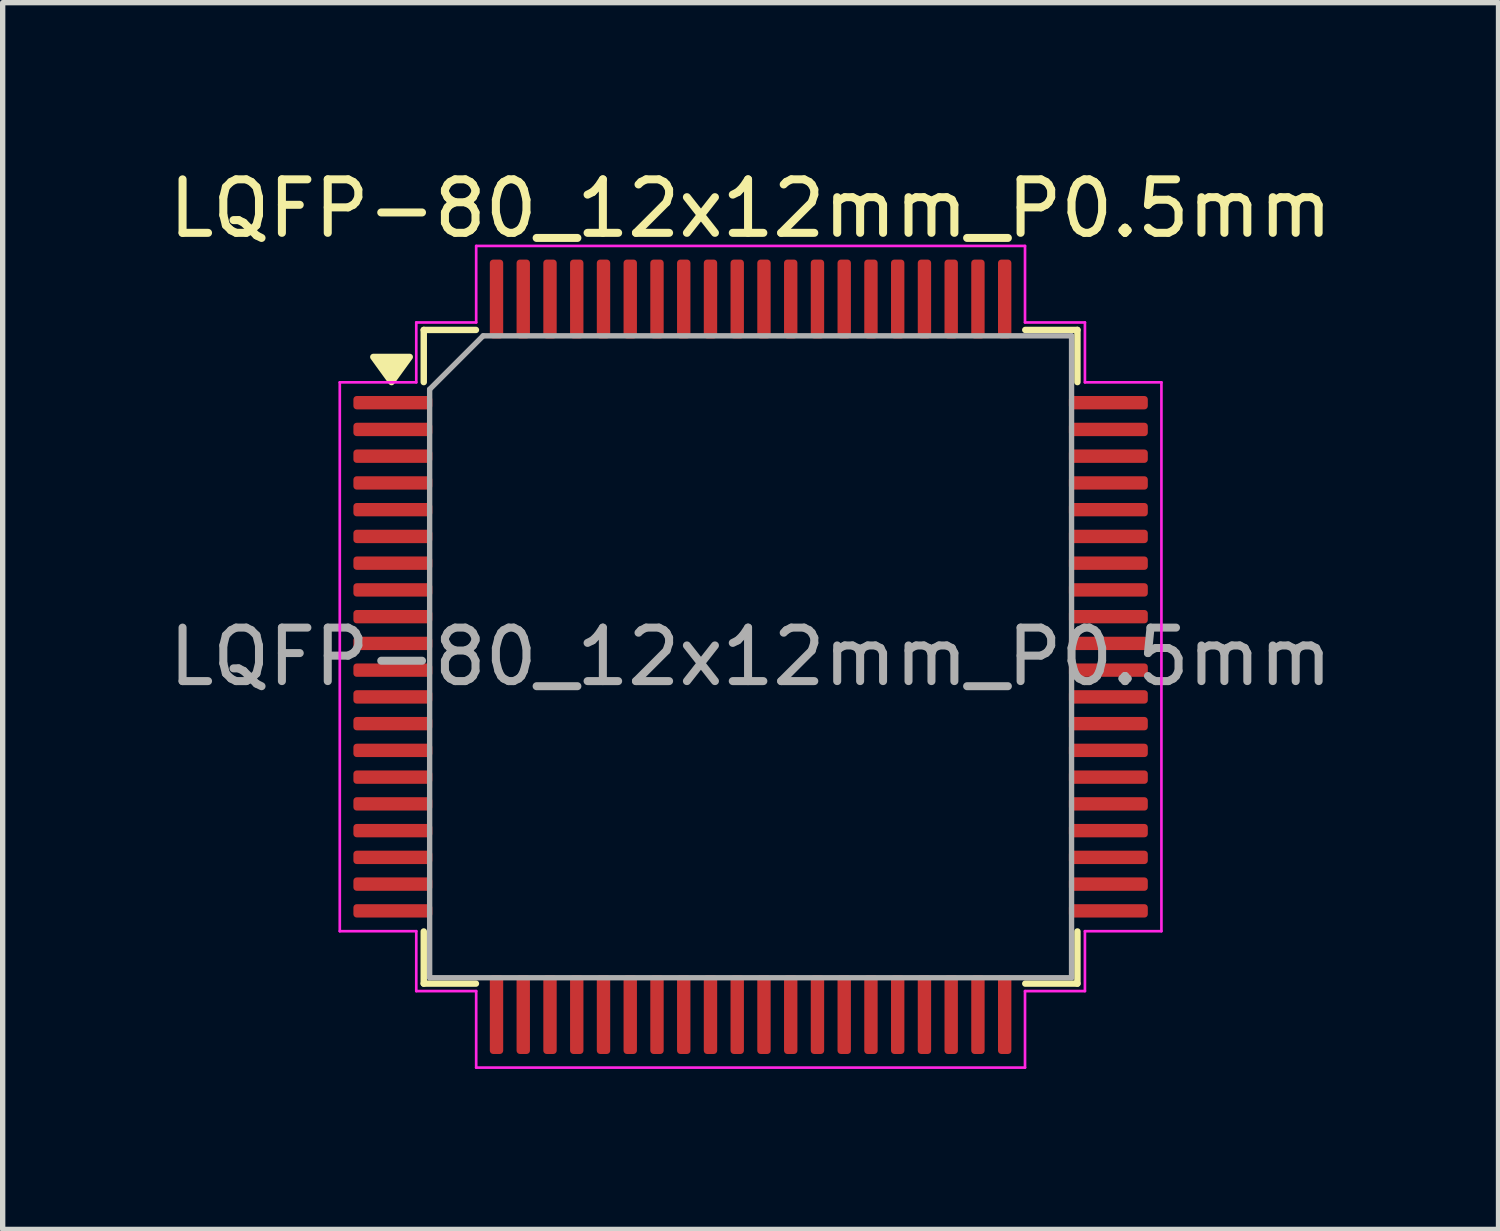
<source format=kicad_pcb>
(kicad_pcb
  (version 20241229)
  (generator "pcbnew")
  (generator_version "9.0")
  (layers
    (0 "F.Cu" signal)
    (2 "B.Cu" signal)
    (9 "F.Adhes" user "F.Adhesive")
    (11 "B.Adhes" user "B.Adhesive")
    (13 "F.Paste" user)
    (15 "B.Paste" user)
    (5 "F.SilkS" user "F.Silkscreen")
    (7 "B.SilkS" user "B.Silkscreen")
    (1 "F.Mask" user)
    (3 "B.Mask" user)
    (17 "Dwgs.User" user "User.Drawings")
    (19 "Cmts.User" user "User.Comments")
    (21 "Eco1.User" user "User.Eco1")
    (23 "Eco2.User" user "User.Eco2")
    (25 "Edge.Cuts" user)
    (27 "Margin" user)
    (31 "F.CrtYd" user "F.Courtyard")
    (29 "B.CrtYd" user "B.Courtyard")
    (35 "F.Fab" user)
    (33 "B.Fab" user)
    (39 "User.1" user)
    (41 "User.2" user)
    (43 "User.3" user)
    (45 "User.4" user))
  (footprint "LQFP-80_12x12mm_P0.5mm"
    (layer "F.Cu")
    (at 10.982 9.228)
    (property "Reference" "LQFP-80_12x12mm_P0.5mm" (at 0 -8.38 0) (layer "F.SilkS") (effects (font (size 1 1) (thickness 0.15))))
    (attr smd)
    (fp_line (start -6.11 -6.11) (end -6.11 -5.135) (stroke (width 0.12) (type solid)) (layer "F.SilkS"))
    (fp_line (start -6.11 6.11) (end -6.11 5.135) (stroke (width 0.12) (type solid)) (layer "F.SilkS"))
    (fp_line (start -5.135 -6.11) (end -6.11 -6.11) (stroke (width 0.12) (type solid)) (layer "F.SilkS"))
    (fp_line (start -5.135 6.11) (end -6.11 6.11) (stroke (width 0.12) (type solid)) (layer "F.SilkS"))
    (fp_line (start 5.135 -6.11) (end 6.11 -6.11) (stroke (width 0.12) (type solid)) (layer "F.SilkS"))
    (fp_line (start 5.135 6.11) (end 6.11 6.11) (stroke (width 0.12) (type solid)) (layer "F.SilkS"))
    (fp_line (start 6.11 -6.11) (end 6.11 -5.135) (stroke (width 0.12) (type solid)) (layer "F.SilkS"))
    (fp_line (start 6.11 6.11) (end 6.11 5.135) (stroke (width 0.12) (type solid)) (layer "F.SilkS"))
    (fp_poly (pts (xy -6.713 -5.135) (xy -7.053 -5.605) (xy -6.372 -5.605)) (stroke (width 0.12) (type solid)) (fill yes) (layer "F.SilkS"))
    (fp_line (start -7.68 -5.13) (end -6.25 -5.13) (stroke (width 0.05) (type solid)) (layer "F.CrtYd"))
    (fp_line (start -7.68 5.13) (end -7.68 -5.13) (stroke (width 0.05) (type solid)) (layer "F.CrtYd"))
    (fp_line (start -6.25 -6.25) (end -5.13 -6.25) (stroke (width 0.05) (type solid)) (layer "F.CrtYd"))
    (fp_line (start -6.25 -5.13) (end -6.25 -6.25) (stroke (width 0.05) (type solid)) (layer "F.CrtYd"))
    (fp_line (start -6.25 5.13) (end -7.68 5.13) (stroke (width 0.05) (type solid)) (layer "F.CrtYd"))
    (fp_line (start -6.25 6.25) (end -6.25 5.13) (stroke (width 0.05) (type solid)) (layer "F.CrtYd"))
    (fp_line (start -5.13 -7.68) (end 5.13 -7.68) (stroke (width 0.05) (type solid)) (layer "F.CrtYd"))
    (fp_line (start -5.13 -6.25) (end -5.13 -7.68) (stroke (width 0.05) (type solid)) (layer "F.CrtYd"))
    (fp_line (start -5.13 6.25) (end -6.25 6.25) (stroke (width 0.05) (type solid)) (layer "F.CrtYd"))
    (fp_line (start -5.13 7.68) (end -5.13 6.25) (stroke (width 0.05) (type solid)) (layer "F.CrtYd"))
    (fp_line (start 5.13 -7.68) (end 5.13 -6.25) (stroke (width 0.05) (type solid)) (layer "F.CrtYd"))
    (fp_line (start 5.13 -6.25) (end 6.25 -6.25) (stroke (width 0.05) (type solid)) (layer "F.CrtYd"))
    (fp_line (start 5.13 6.25) (end 5.13 7.68) (stroke (width 0.05) (type solid)) (layer "F.CrtYd"))
    (fp_line (start 5.13 7.68) (end -5.13 7.68) (stroke (width 0.05) (type solid)) (layer "F.CrtYd"))
    (fp_line (start 6.25 -6.25) (end 6.25 -5.13) (stroke (width 0.05) (type solid)) (layer "F.CrtYd"))
    (fp_line (start 6.25 -5.13) (end 7.68 -5.13) (stroke (width 0.05) (type solid)) (layer "F.CrtYd"))
    (fp_line (start 6.25 5.13) (end 6.25 6.25) (stroke (width 0.05) (type solid)) (layer "F.CrtYd"))
    (fp_line (start 6.25 6.25) (end 5.13 6.25) (stroke (width 0.05) (type solid)) (layer "F.CrtYd"))
    (fp_line (start 7.68 -5.13) (end 7.68 5.13) (stroke (width 0.05) (type solid)) (layer "F.CrtYd"))
    (fp_line (start 7.68 5.13) (end 6.25 5.13) (stroke (width 0.05) (type solid)) (layer "F.CrtYd"))
    (fp_line (start -6 -5) (end -5 -6) (stroke (width 0.1) (type solid)) (layer "F.Fab"))
    (fp_line (start -6 6) (end -6 -5) (stroke (width 0.1) (type solid)) (layer "F.Fab"))
    (fp_line (start -5 -6) (end 6 -6) (stroke (width 0.1) (type solid)) (layer "F.Fab"))
    (fp_line (start 6 -6) (end 6 6) (stroke (width 0.1) (type solid)) (layer "F.Fab"))
    (fp_line (start 6 6) (end -6 6) (stroke (width 0.1) (type solid)) (layer "F.Fab"))
    (fp_text user "${REFERENCE}" (at 0 0 0) (layer "F.Fab") (effects (font (size 1 1) (thickness 0.15))))
    (pad "1" smd roundrect (at -6.688 -4.75) (size 1.475 0.25) (layers "F.Cu" "F.Mask" "F.Paste") (roundrect_rratio 0.25))
    (pad "2" smd roundrect (at -6.688 -4.25) (size 1.475 0.25) (layers "F.Cu" "F.Mask" "F.Paste") (roundrect_rratio 0.25))
    (pad "3" smd roundrect (at -6.688 -3.75) (size 1.475 0.25) (layers "F.Cu" "F.Mask" "F.Paste") (roundrect_rratio 0.25))
    (pad "4" smd roundrect (at -6.688 -3.25) (size 1.475 0.25) (layers "F.Cu" "F.Mask" "F.Paste") (roundrect_rratio 0.25))
    (pad "5" smd roundrect (at -6.688 -2.75) (size 1.475 0.25) (layers "F.Cu" "F.Mask" "F.Paste") (roundrect_rratio 0.25))
    (pad "6" smd roundrect (at -6.688 -2.25) (size 1.475 0.25) (layers "F.Cu" "F.Mask" "F.Paste") (roundrect_rratio 0.25))
    (pad "7" smd roundrect (at -6.688 -1.75) (size 1.475 0.25) (layers "F.Cu" "F.Mask" "F.Paste") (roundrect_rratio 0.25))
    (pad "8" smd roundrect (at -6.688 -1.25) (size 1.475 0.25) (layers "F.Cu" "F.Mask" "F.Paste") (roundrect_rratio 0.25))
    (pad "9" smd roundrect (at -6.688 -0.75) (size 1.475 0.25) (layers "F.Cu" "F.Mask" "F.Paste") (roundrect_rratio 0.25))
    (pad "10" smd roundrect (at -6.688 -0.25) (size 1.475 0.25) (layers "F.Cu" "F.Mask" "F.Paste") (roundrect_rratio 0.25))
    (pad "11" smd roundrect (at -6.688 0.25) (size 1.475 0.25) (layers "F.Cu" "F.Mask" "F.Paste") (roundrect_rratio 0.25))
    (pad "12" smd roundrect (at -6.688 0.75) (size 1.475 0.25) (layers "F.Cu" "F.Mask" "F.Paste") (roundrect_rratio 0.25))
    (pad "13" smd roundrect (at -6.688 1.25) (size 1.475 0.25) (layers "F.Cu" "F.Mask" "F.Paste") (roundrect_rratio 0.25))
    (pad "14" smd roundrect (at -6.688 1.75) (size 1.475 0.25) (layers "F.Cu" "F.Mask" "F.Paste") (roundrect_rratio 0.25))
    (pad "15" smd roundrect (at -6.688 2.25) (size 1.475 0.25) (layers "F.Cu" "F.Mask" "F.Paste") (roundrect_rratio 0.25))
    (pad "16" smd roundrect (at -6.688 2.75) (size 1.475 0.25) (layers "F.Cu" "F.Mask" "F.Paste") (roundrect_rratio 0.25))
    (pad "17" smd roundrect (at -6.688 3.25) (size 1.475 0.25) (layers "F.Cu" "F.Mask" "F.Paste") (roundrect_rratio 0.25))
    (pad "18" smd roundrect (at -6.688 3.75) (size 1.475 0.25) (layers "F.Cu" "F.Mask" "F.Paste") (roundrect_rratio 0.25))
    (pad "19" smd roundrect (at -6.688 4.25) (size 1.475 0.25) (layers "F.Cu" "F.Mask" "F.Paste") (roundrect_rratio 0.25))
    (pad "20" smd roundrect (at -6.688 4.75) (size 1.475 0.25) (layers "F.Cu" "F.Mask" "F.Paste") (roundrect_rratio 0.25))
    (pad "21" smd roundrect (at -4.75 6.688) (size 0.25 1.475) (layers "F.Cu" "F.Mask" "F.Paste") (roundrect_rratio 0.25))
    (pad "22" smd roundrect (at -4.25 6.688) (size 0.25 1.475) (layers "F.Cu" "F.Mask" "F.Paste") (roundrect_rratio 0.25))
    (pad "23" smd roundrect (at -3.75 6.688) (size 0.25 1.475) (layers "F.Cu" "F.Mask" "F.Paste") (roundrect_rratio 0.25))
    (pad "24" smd roundrect (at -3.25 6.688) (size 0.25 1.475) (layers "F.Cu" "F.Mask" "F.Paste") (roundrect_rratio 0.25))
    (pad "25" smd roundrect (at -2.75 6.688) (size 0.25 1.475) (layers "F.Cu" "F.Mask" "F.Paste") (roundrect_rratio 0.25))
    (pad "26" smd roundrect (at -2.25 6.688) (size 0.25 1.475) (layers "F.Cu" "F.Mask" "F.Paste") (roundrect_rratio 0.25))
    (pad "27" smd roundrect (at -1.75 6.688) (size 0.25 1.475) (layers "F.Cu" "F.Mask" "F.Paste") (roundrect_rratio 0.25))
    (pad "28" smd roundrect (at -1.25 6.688) (size 0.25 1.475) (layers "F.Cu" "F.Mask" "F.Paste") (roundrect_rratio 0.25))
    (pad "29" smd roundrect (at -0.75 6.688) (size 0.25 1.475) (layers "F.Cu" "F.Mask" "F.Paste") (roundrect_rratio 0.25))
    (pad "30" smd roundrect (at -0.25 6.688) (size 0.25 1.475) (layers "F.Cu" "F.Mask" "F.Paste") (roundrect_rratio 0.25))
    (pad "31" smd roundrect (at 0.25 6.688) (size 0.25 1.475) (layers "F.Cu" "F.Mask" "F.Paste") (roundrect_rratio 0.25))
    (pad "32" smd roundrect (at 0.75 6.688) (size 0.25 1.475) (layers "F.Cu" "F.Mask" "F.Paste") (roundrect_rratio 0.25))
    (pad "33" smd roundrect (at 1.25 6.688) (size 0.25 1.475) (layers "F.Cu" "F.Mask" "F.Paste") (roundrect_rratio 0.25))
    (pad "34" smd roundrect (at 1.75 6.688) (size 0.25 1.475) (layers "F.Cu" "F.Mask" "F.Paste") (roundrect_rratio 0.25))
    (pad "35" smd roundrect (at 2.25 6.688) (size 0.25 1.475) (layers "F.Cu" "F.Mask" "F.Paste") (roundrect_rratio 0.25))
    (pad "36" smd roundrect (at 2.75 6.688) (size 0.25 1.475) (layers "F.Cu" "F.Mask" "F.Paste") (roundrect_rratio 0.25))
    (pad "37" smd roundrect (at 3.25 6.688) (size 0.25 1.475) (layers "F.Cu" "F.Mask" "F.Paste") (roundrect_rratio 0.25))
    (pad "38" smd roundrect (at 3.75 6.688) (size 0.25 1.475) (layers "F.Cu" "F.Mask" "F.Paste") (roundrect_rratio 0.25))
    (pad "39" smd roundrect (at 4.25 6.688) (size 0.25 1.475) (layers "F.Cu" "F.Mask" "F.Paste") (roundrect_rratio 0.25))
    (pad "40" smd roundrect (at 4.75 6.688) (size 0.25 1.475) (layers "F.Cu" "F.Mask" "F.Paste") (roundrect_rratio 0.25))
    (pad "41" smd roundrect (at 6.688 4.75) (size 1.475 0.25) (layers "F.Cu" "F.Mask" "F.Paste") (roundrect_rratio 0.25))
    (pad "42" smd roundrect (at 6.688 4.25) (size 1.475 0.25) (layers "F.Cu" "F.Mask" "F.Paste") (roundrect_rratio 0.25))
    (pad "43" smd roundrect (at 6.688 3.75) (size 1.475 0.25) (layers "F.Cu" "F.Mask" "F.Paste") (roundrect_rratio 0.25))
    (pad "44" smd roundrect (at 6.688 3.25) (size 1.475 0.25) (layers "F.Cu" "F.Mask" "F.Paste") (roundrect_rratio 0.25))
    (pad "45" smd roundrect (at 6.688 2.75) (size 1.475 0.25) (layers "F.Cu" "F.Mask" "F.Paste") (roundrect_rratio 0.25))
    (pad "46" smd roundrect (at 6.688 2.25) (size 1.475 0.25) (layers "F.Cu" "F.Mask" "F.Paste") (roundrect_rratio 0.25))
    (pad "47" smd roundrect (at 6.688 1.75) (size 1.475 0.25) (layers "F.Cu" "F.Mask" "F.Paste") (roundrect_rratio 0.25))
    (pad "48" smd roundrect (at 6.688 1.25) (size 1.475 0.25) (layers "F.Cu" "F.Mask" "F.Paste") (roundrect_rratio 0.25))
    (pad "49" smd roundrect (at 6.688 0.75) (size 1.475 0.25) (layers "F.Cu" "F.Mask" "F.Paste") (roundrect_rratio 0.25))
    (pad "50" smd roundrect (at 6.688 0.25) (size 1.475 0.25) (layers "F.Cu" "F.Mask" "F.Paste") (roundrect_rratio 0.25))
    (pad "51" smd roundrect (at 6.688 -0.25) (size 1.475 0.25) (layers "F.Cu" "F.Mask" "F.Paste") (roundrect_rratio 0.25))
    (pad "52" smd roundrect (at 6.688 -0.75) (size 1.475 0.25) (layers "F.Cu" "F.Mask" "F.Paste") (roundrect_rratio 0.25))
    (pad "53" smd roundrect (at 6.688 -1.25) (size 1.475 0.25) (layers "F.Cu" "F.Mask" "F.Paste") (roundrect_rratio 0.25))
    (pad "54" smd roundrect (at 6.688 -1.75) (size 1.475 0.25) (layers "F.Cu" "F.Mask" "F.Paste") (roundrect_rratio 0.25))
    (pad "55" smd roundrect (at 6.688 -2.25) (size 1.475 0.25) (layers "F.Cu" "F.Mask" "F.Paste") (roundrect_rratio 0.25))
    (pad "56" smd roundrect (at 6.688 -2.75) (size 1.475 0.25) (layers "F.Cu" "F.Mask" "F.Paste") (roundrect_rratio 0.25))
    (pad "57" smd roundrect (at 6.688 -3.25) (size 1.475 0.25) (layers "F.Cu" "F.Mask" "F.Paste") (roundrect_rratio 0.25))
    (pad "58" smd roundrect (at 6.688 -3.75) (size 1.475 0.25) (layers "F.Cu" "F.Mask" "F.Paste") (roundrect_rratio 0.25))
    (pad "59" smd roundrect (at 6.688 -4.25) (size 1.475 0.25) (layers "F.Cu" "F.Mask" "F.Paste") (roundrect_rratio 0.25))
    (pad "60" smd roundrect (at 6.688 -4.75) (size 1.475 0.25) (layers "F.Cu" "F.Mask" "F.Paste") (roundrect_rratio 0.25))
    (pad "61" smd roundrect (at 4.75 -6.688) (size 0.25 1.475) (layers "F.Cu" "F.Mask" "F.Paste") (roundrect_rratio 0.25))
    (pad "62" smd roundrect (at 4.25 -6.688) (size 0.25 1.475) (layers "F.Cu" "F.Mask" "F.Paste") (roundrect_rratio 0.25))
    (pad "63" smd roundrect (at 3.75 -6.688) (size 0.25 1.475) (layers "F.Cu" "F.Mask" "F.Paste") (roundrect_rratio 0.25))
    (pad "64" smd roundrect (at 3.25 -6.688) (size 0.25 1.475) (layers "F.Cu" "F.Mask" "F.Paste") (roundrect_rratio 0.25))
    (pad "65" smd roundrect (at 2.75 -6.688) (size 0.25 1.475) (layers "F.Cu" "F.Mask" "F.Paste") (roundrect_rratio 0.25))
    (pad "66" smd roundrect (at 2.25 -6.688) (size 0.25 1.475) (layers "F.Cu" "F.Mask" "F.Paste") (roundrect_rratio 0.25))
    (pad "67" smd roundrect (at 1.75 -6.688) (size 0.25 1.475) (layers "F.Cu" "F.Mask" "F.Paste") (roundrect_rratio 0.25))
    (pad "68" smd roundrect (at 1.25 -6.688) (size 0.25 1.475) (layers "F.Cu" "F.Mask" "F.Paste") (roundrect_rratio 0.25))
    (pad "69" smd roundrect (at 0.75 -6.688) (size 0.25 1.475) (layers "F.Cu" "F.Mask" "F.Paste") (roundrect_rratio 0.25))
    (pad "70" smd roundrect (at 0.25 -6.688) (size 0.25 1.475) (layers "F.Cu" "F.Mask" "F.Paste") (roundrect_rratio 0.25))
    (pad "71" smd roundrect (at -0.25 -6.688) (size 0.25 1.475) (layers "F.Cu" "F.Mask" "F.Paste") (roundrect_rratio 0.25))
    (pad "72" smd roundrect (at -0.75 -6.688) (size 0.25 1.475) (layers "F.Cu" "F.Mask" "F.Paste") (roundrect_rratio 0.25))
    (pad "73" smd roundrect (at -1.25 -6.688) (size 0.25 1.475) (layers "F.Cu" "F.Mask" "F.Paste") (roundrect_rratio 0.25))
    (pad "74" smd roundrect (at -1.75 -6.688) (size 0.25 1.475) (layers "F.Cu" "F.Mask" "F.Paste") (roundrect_rratio 0.25))
    (pad "75" smd roundrect (at -2.25 -6.688) (size 0.25 1.475) (layers "F.Cu" "F.Mask" "F.Paste") (roundrect_rratio 0.25))
    (pad "76" smd roundrect (at -2.75 -6.688) (size 0.25 1.475) (layers "F.Cu" "F.Mask" "F.Paste") (roundrect_rratio 0.25))
    (pad "77" smd roundrect (at -3.25 -6.688) (size 0.25 1.475) (layers "F.Cu" "F.Mask" "F.Paste") (roundrect_rratio 0.25))
    (pad "78" smd roundrect (at -3.75 -6.688) (size 0.25 1.475) (layers "F.Cu" "F.Mask" "F.Paste") (roundrect_rratio 0.25))
    (pad "79" smd roundrect (at -4.25 -6.688) (size 0.25 1.475) (layers "F.Cu" "F.Mask" "F.Paste") (roundrect_rratio 0.25))
    (pad "80" smd roundrect (at -4.75 -6.688) (size 0.25 1.475) (layers "F.Cu" "F.Mask" "F.Paste") (roundrect_rratio 0.25)))
  (gr_rect
    (start -3 -3)
    (end 24.964 19.933)
    (stroke (width 0.1) (type default))
    (fill no)
    (layer "Edge.Cuts")))
</source>
